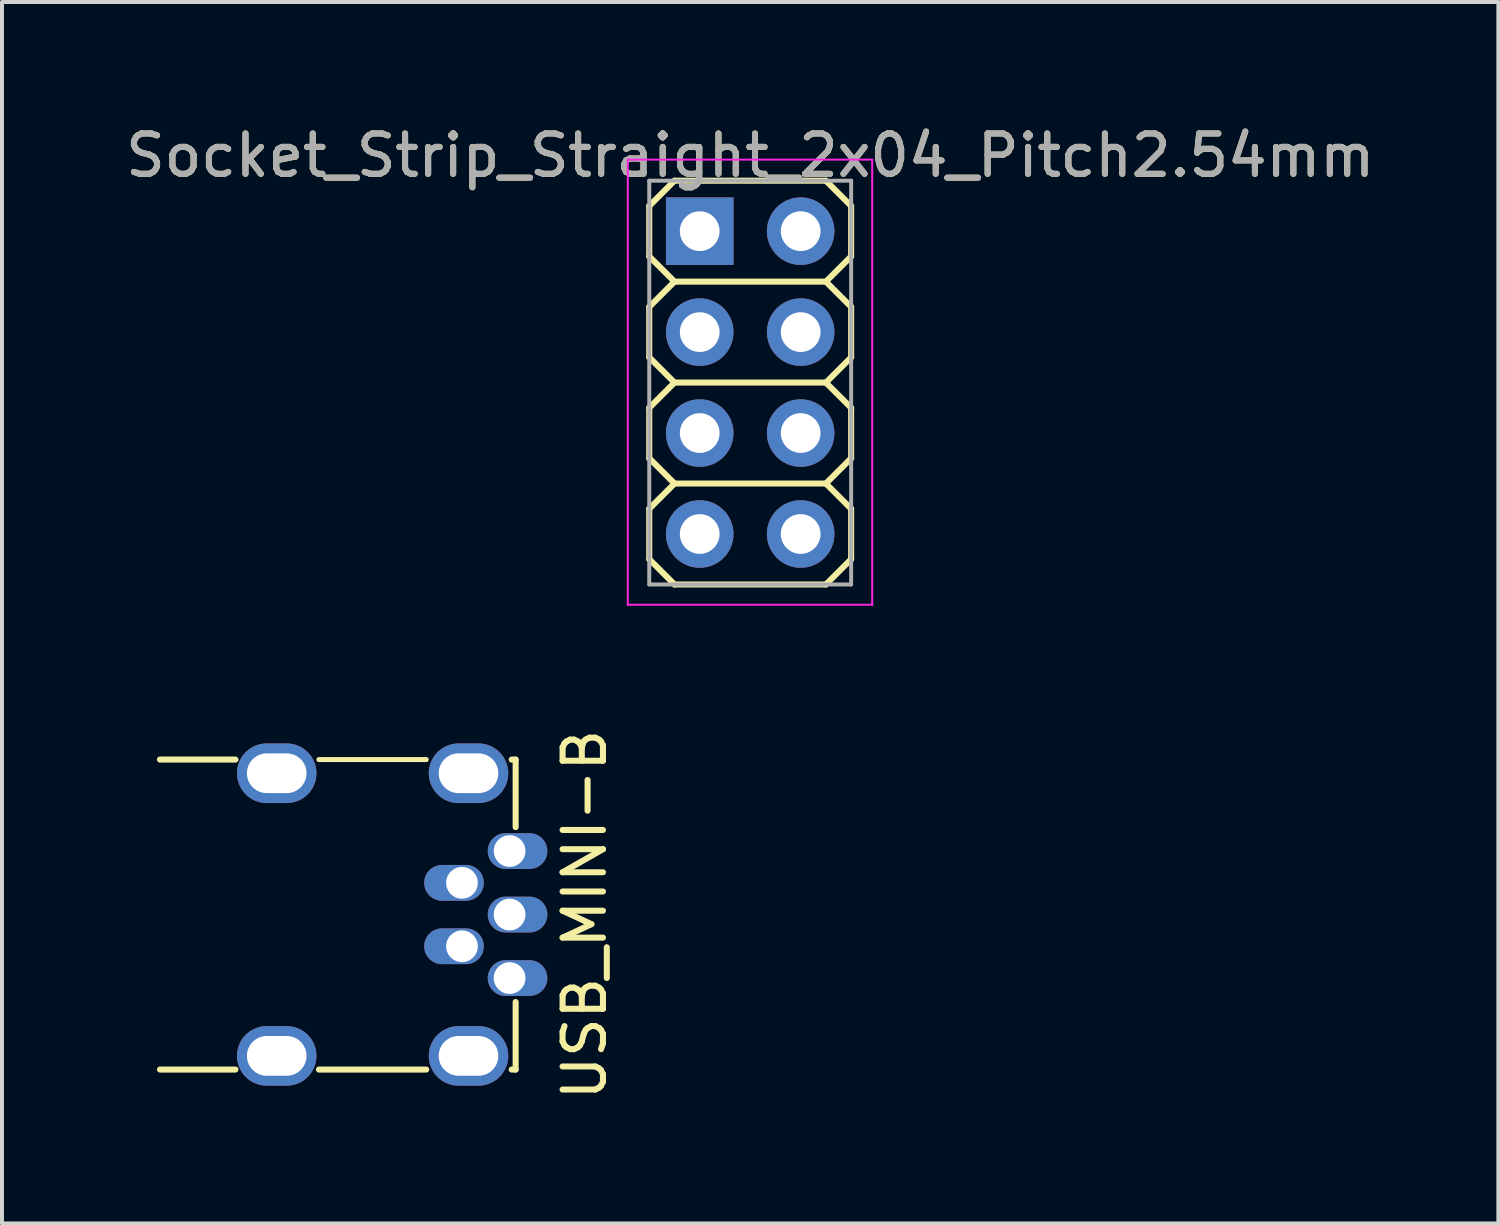
<source format=kicad_pcb>
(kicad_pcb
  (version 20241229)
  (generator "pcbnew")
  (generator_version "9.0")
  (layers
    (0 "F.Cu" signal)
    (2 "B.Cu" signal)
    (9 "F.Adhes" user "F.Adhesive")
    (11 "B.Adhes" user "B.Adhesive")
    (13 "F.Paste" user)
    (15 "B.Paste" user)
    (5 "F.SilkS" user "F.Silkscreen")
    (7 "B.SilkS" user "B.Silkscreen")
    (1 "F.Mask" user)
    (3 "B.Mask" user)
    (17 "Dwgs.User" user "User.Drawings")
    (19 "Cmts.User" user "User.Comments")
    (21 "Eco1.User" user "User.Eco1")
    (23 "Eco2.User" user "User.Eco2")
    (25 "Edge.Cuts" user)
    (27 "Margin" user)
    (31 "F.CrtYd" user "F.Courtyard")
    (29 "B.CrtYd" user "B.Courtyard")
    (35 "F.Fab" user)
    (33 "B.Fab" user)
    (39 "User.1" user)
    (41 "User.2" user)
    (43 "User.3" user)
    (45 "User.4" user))
  (footprint "Socket_Strip_Straight_2x04_Pitch2.54mm"
    (layer "F.Cu")
    (at 14.557 2.767)
    (property "Reference" "Socket_Strip_Straight_2x04_Pitch2.54mm" (at 1.27 -1.905 0) (layer "F.SilkS") (effects (font (size 1.016 1.016) (thickness 0.152))))
    (attr through_hole)
    (fp_line (start -1.27 -0.635) (end -1.27 0.635) (stroke (width 0.152) (type solid)) (layer "F.SilkS"))
    (fp_line (start -1.27 0.635) (end -0.635 1.27) (stroke (width 0.152) (type solid)) (layer "F.SilkS"))
    (fp_line (start -1.27 1.905) (end -1.27 3.175) (stroke (width 0.152) (type solid)) (layer "F.SilkS"))
    (fp_line (start -1.27 3.175) (end -0.635 3.81) (stroke (width 0.152) (type solid)) (layer "F.SilkS"))
    (fp_line (start -1.27 4.445) (end -1.27 5.715) (stroke (width 0.152) (type solid)) (layer "F.SilkS"))
    (fp_line (start -1.27 5.715) (end -0.635 6.35) (stroke (width 0.152) (type solid)) (layer "F.SilkS"))
    (fp_line (start -1.27 6.985) (end -1.27 8.255) (stroke (width 0.152) (type solid)) (layer "F.SilkS"))
    (fp_line (start -1.27 8.255) (end -0.635 8.89) (stroke (width 0.152) (type solid)) (layer "F.SilkS"))
    (fp_line (start -0.635 -1.27) (end -1.27 -0.635) (stroke (width 0.152) (type solid)) (layer "F.SilkS"))
    (fp_line (start -0.635 -1.27) (end 3.175 -1.27) (stroke (width 0.152) (type solid)) (layer "F.SilkS"))
    (fp_line (start -0.635 1.27) (end -1.27 1.905) (stroke (width 0.152) (type solid)) (layer "F.SilkS"))
    (fp_line (start -0.635 1.27) (end 3.175 1.27) (stroke (width 0.152) (type solid)) (layer "F.SilkS"))
    (fp_line (start -0.635 3.81) (end -1.27 4.445) (stroke (width 0.152) (type solid)) (layer "F.SilkS"))
    (fp_line (start -0.635 3.81) (end 3.175 3.81) (stroke (width 0.152) (type solid)) (layer "F.SilkS"))
    (fp_line (start -0.635 6.35) (end -1.27 6.985) (stroke (width 0.152) (type solid)) (layer "F.SilkS"))
    (fp_line (start -0.635 6.35) (end 3.175 6.35) (stroke (width 0.152) (type solid)) (layer "F.SilkS"))
    (fp_line (start -0.635 8.89) (end 3.175 8.89) (stroke (width 0.152) (type solid)) (layer "F.SilkS"))
    (fp_line (start 3.175 1.27) (end 3.81 0.635) (stroke (width 0.152) (type solid)) (layer "F.SilkS"))
    (fp_line (start 3.175 3.81) (end 3.81 3.175) (stroke (width 0.152) (type solid)) (layer "F.SilkS"))
    (fp_line (start 3.175 6.35) (end 3.81 5.715) (stroke (width 0.152) (type solid)) (layer "F.SilkS"))
    (fp_line (start 3.175 8.89) (end 3.81 8.255) (stroke (width 0.152) (type solid)) (layer "F.SilkS"))
    (fp_line (start 3.81 -0.635) (end 3.175 -1.27) (stroke (width 0.152) (type solid)) (layer "F.SilkS"))
    (fp_line (start 3.81 0.635) (end 3.81 -0.635) (stroke (width 0.152) (type solid)) (layer "F.SilkS"))
    (fp_line (start 3.81 1.905) (end 3.175 1.27) (stroke (width 0.152) (type solid)) (layer "F.SilkS"))
    (fp_line (start 3.81 3.175) (end 3.81 1.905) (stroke (width 0.152) (type solid)) (layer "F.SilkS"))
    (fp_line (start 3.81 4.445) (end 3.175 3.81) (stroke (width 0.152) (type solid)) (layer "F.SilkS"))
    (fp_line (start 3.81 5.715) (end 3.81 4.445) (stroke (width 0.152) (type solid)) (layer "F.SilkS"))
    (fp_line (start 3.81 6.985) (end 3.175 6.35) (stroke (width 0.152) (type solid)) (layer "F.SilkS"))
    (fp_line (start 3.81 8.255) (end 3.81 6.985) (stroke (width 0.152) (type solid)) (layer "F.SilkS"))
    (fp_line (start -1.81 -1.8) (end -1.81 9.4) (stroke (width 0.05) (type solid)) (layer "F.CrtYd"))
    (fp_line (start -1.81 9.4) (end 4.34 9.4) (stroke (width 0.05) (type solid)) (layer "F.CrtYd"))
    (fp_line (start 4.34 -1.8) (end -1.81 -1.8) (stroke (width 0.05) (type solid)) (layer "F.CrtYd"))
    (fp_line (start 4.34 9.4) (end 4.34 -1.8) (stroke (width 0.05) (type solid)) (layer "F.CrtYd"))
    (fp_line (start -1.27 -1.27) (end -1.27 8.89) (stroke (width 0.1) (type solid)) (layer "F.Fab"))
    (fp_line (start -1.27 8.89) (end 3.81 8.89) (stroke (width 0.1) (type solid)) (layer "F.Fab"))
    (fp_line (start 3.81 -1.27) (end -1.27 -1.27) (stroke (width 0.1) (type solid)) (layer "F.Fab"))
    (fp_line (start 3.81 8.89) (end 3.81 -1.27) (stroke (width 0.1) (type solid)) (layer "F.Fab"))
    (fp_text user "${REFERENCE}" (at 1.27 -1.905 0) (layer "F.Fab") (effects (font (size 1.016 1.016) (thickness 0.152))))
    (pad "1" thru_hole rect (at 0 0) (size 1.7 1.7) (drill oval 1) (layers "*.Cu" "*.Mask"))
    (pad "2" thru_hole circle (at 2.54 0) (size 1.7 1.7) (drill 1) (layers "*.Cu" "*.Mask"))
    (pad "3" thru_hole oval (at 0 2.54) (size 1.7 1.7) (drill 1) (layers "*.Cu" "*.Mask"))
    (pad "4" thru_hole oval (at 2.54 2.54) (size 1.7 1.7) (drill 1) (layers "*.Cu" "*.Mask"))
    (pad "5" thru_hole oval (at 0 5.08) (size 1.7 1.7) (drill 1) (layers "*.Cu" "*.Mask"))
    (pad "6" thru_hole oval (at 2.54 5.08) (size 1.7 1.7) (drill 1) (layers "*.Cu" "*.Mask"))
    (pad "7" thru_hole oval (at 0 7.62) (size 1.7 1.7) (drill 1) (layers "*.Cu" "*.Mask"))
    (pad "8" thru_hole oval (at 2.54 7.62) (size 1.7 1.7) (drill 1) (layers "*.Cu" "*.Mask")))
  (footprint "USB_MINI-B"
    (layer "F.Cu")
    (at 4.675 19.963)
    (property "Reference" "USB_MINI-B" (at 6.985 0 90) (layer "F.SilkS") (effects (font (size 1.016 1.016) (thickness 0.152))))
    (attr exclude_from_pos_files exclude_from_bom)
    (fp_line (start -1.8 -3.9) (end -3.7 -3.9) (stroke (width 0.152) (type solid)) (layer "F.SilkS"))
    (fp_line (start -1.8 3.9) (end -3.7 3.9) (stroke (width 0.152) (type solid)) (layer "F.SilkS"))
    (fp_line (start 0.3 3.9) (end 3 3.9) (stroke (width 0.152) (type solid)) (layer "F.SilkS"))
    (fp_line (start 3 -3.9) (end 0.3 -3.9) (stroke (width 0.127) (type solid)) (layer "F.SilkS"))
    (fp_line (start 5.15 -3.9) (end 5.25 -3.9) (stroke (width 0.152) (type solid)) (layer "F.SilkS"))
    (fp_line (start 5.15 3.9) (end 5.25 3.9) (stroke (width 0.152) (type solid)) (layer "F.SilkS"))
    (fp_line (start 5.25 -3.9) (end 5.25 -2.2) (stroke (width 0.152) (type solid)) (layer "F.SilkS"))
    (fp_line (start 5.25 3.9) (end 5.25 2.2) (stroke (width 0.152) (type solid)) (layer "F.SilkS"))
    (fp_line (start -4.6 -3.9) (end -3.7 -3.9) (stroke (width 0.15) (type solid)) (layer "Eco2.User"))
    (fp_line (start -4.6 3.9) (end -4.6 -3.9) (stroke (width 0.15) (type solid)) (layer "Eco2.User"))
    (fp_line (start -3.749 -3.099) (end -1.425 -3.099) (stroke (width 0.066) (type solid)) (layer "Eco2.User"))
    (fp_line (start -3.749 3.099) (end -3.749 -3.099) (stroke (width 0.066) (type solid)) (layer "Eco2.User"))
    (fp_line (start -3.749 3.099) (end -1.425 3.099) (stroke (width 0.066) (type solid)) (layer "Eco2.User"))
    (fp_line (start -3.7 -3.899) (end 5.248 -3.899) (stroke (width 0.127) (type solid)) (layer "Eco2.User"))
    (fp_line (start -3.7 3.899) (end 5.248 3.899) (stroke (width 0.127) (type solid)) (layer "Eco2.User"))
    (fp_line (start -3.7 3.9) (end -4.6 3.9) (stroke (width 0.15) (type solid)) (layer "Eco2.User"))
    (fp_line (start -3.249 -3) (end -3.249 -1.999) (stroke (width 0.127) (type solid)) (layer "Eco2.User"))
    (fp_line (start -3.249 -1.999) (end 0.749 -1.499) (stroke (width 0.127) (type solid)) (layer "Eco2.User"))
    (fp_line (start -3.249 -1.25) (end 1.748 -0.749) (stroke (width 0.127) (type solid)) (layer "Eco2.User"))
    (fp_line (start -3.249 1.999) (end 1.25 1.499) (stroke (width 0.127) (type solid)) (layer "Eco2.User"))
    (fp_line (start -3.249 3) (end -3.249 1.999) (stroke (width 0.127) (type solid)) (layer "Eco2.User"))
    (fp_line (start -1.425 -2.324) (end -0.648 -2.324) (stroke (width 0.066) (type solid)) (layer "Eco2.User"))
    (fp_line (start -1.425 2.324) (end -1.425 -2.324) (stroke (width 0.066) (type solid)) (layer "Eco2.User"))
    (fp_line (start -1.425 2.324) (end -0.648 2.324) (stroke (width 0.066) (type solid)) (layer "Eco2.User"))
    (fp_line (start -1.425 3.099) (end -1.425 -3.099) (stroke (width 0.066) (type solid)) (layer "Eco2.User"))
    (fp_line (start -0.648 2.324) (end -0.648 -2.324) (stroke (width 0.066) (type solid)) (layer "Eco2.User"))
    (fp_line (start 0.749 -3.498) (end -3.249 -3) (stroke (width 0.127) (type solid)) (layer "Eco2.User"))
    (fp_line (start 1.25 3.498) (end -3.249 3) (stroke (width 0.127) (type solid)) (layer "Eco2.User"))
    (fp_line (start 1.748 -0.749) (end 1.748 0.749) (stroke (width 0.127) (type solid)) (layer "Eco2.User"))
    (fp_line (start 1.748 0.749) (end -3.249 1.25) (stroke (width 0.127) (type solid)) (layer "Eco2.User"))
    (fp_line (start 3.249 -4.399) (end 5.748 -4.399) (stroke (width 0.066) (type solid)) (layer "Eco2.User"))
    (fp_line (start 3.249 -3) (end 3.249 -4.399) (stroke (width 0.066) (type solid)) (layer "Eco2.User"))
    (fp_line (start 3.249 -3) (end 5.748 -3) (stroke (width 0.066) (type solid)) (layer "Eco2.User"))
    (fp_line (start 3.249 3) (end 5.748 3) (stroke (width 0.066) (type solid)) (layer "Eco2.User"))
    (fp_line (start 3.249 4.399) (end 3.249 3) (stroke (width 0.066) (type solid)) (layer "Eco2.User"))
    (fp_line (start 3.249 4.399) (end 5.748 4.399) (stroke (width 0.066) (type solid)) (layer "Eco2.User"))
    (fp_line (start 5.248 -3.899) (end 5.248 3.899) (stroke (width 0.127) (type solid)) (layer "Eco2.User"))
    (fp_line (start 5.748 -3) (end 5.748 -4.399) (stroke (width 0.066) (type solid)) (layer "Eco2.User"))
    (fp_line (start 5.748 4.399) (end 5.748 3) (stroke (width 0.066) (type solid)) (layer "Eco2.User"))
    (pad "1" thru_hole oval (at 5.098 -1.598) (size 1.5 0.9) (drill 0.798 (offset 0.2 0)) (layers "*.Cu" "*.Mask" "F.Paste"))
    (pad "2" thru_hole oval (at 3.899 -0.798) (size 1.5 0.9) (drill 0.798 (offset -0.2 0)) (layers "*.Cu" "*.Mask" "F.Paste"))
    (pad "3" thru_hole oval (at 5.098 0) (size 1.5 0.9) (drill 0.798 (offset 0.2 0)) (layers "*.Cu" "*.Mask" "F.Paste"))
    (pad "4" thru_hole oval (at 3.899 0.798) (size 1.5 0.9) (drill 0.798 (offset -0.2 0)) (layers "*.Cu" "*.Mask" "F.Paste"))
    (pad "5" thru_hole oval (at 5.098 1.598) (size 1.5 0.9) (drill 0.798 (offset 0.2 0)) (layers "*.Cu" "*.Mask" "F.Paste"))
    (pad "6" thru_hole oval (at -0.762 3.556) (size 2 1.5) (drill oval 1.5 1) (layers "*.Cu" "*.Mask" "F.Paste"))
    (pad "7" thru_hole oval (at -0.762 -3.556) (size 2 1.5) (drill oval 1.5 1) (layers "*.Cu" "*.Mask" "F.Paste"))
    (pad "8" thru_hole oval (at 4.064 -3.556) (size 2 1.5) (drill oval 1.5 1) (layers "*.Cu" "*.Mask" "F.Paste"))
    (pad "9" thru_hole oval (at 4.064 3.556) (size 2 1.5) (drill oval 1.5 1) (layers "*.Cu" "*.Mask" "F.Paste")))
  (gr_rect
    (start -3 -3)
    (end 34.653 27.735)
    (stroke (width 0.1) (type default))
    (fill no)
    (layer "Edge.Cuts")))
</source>
